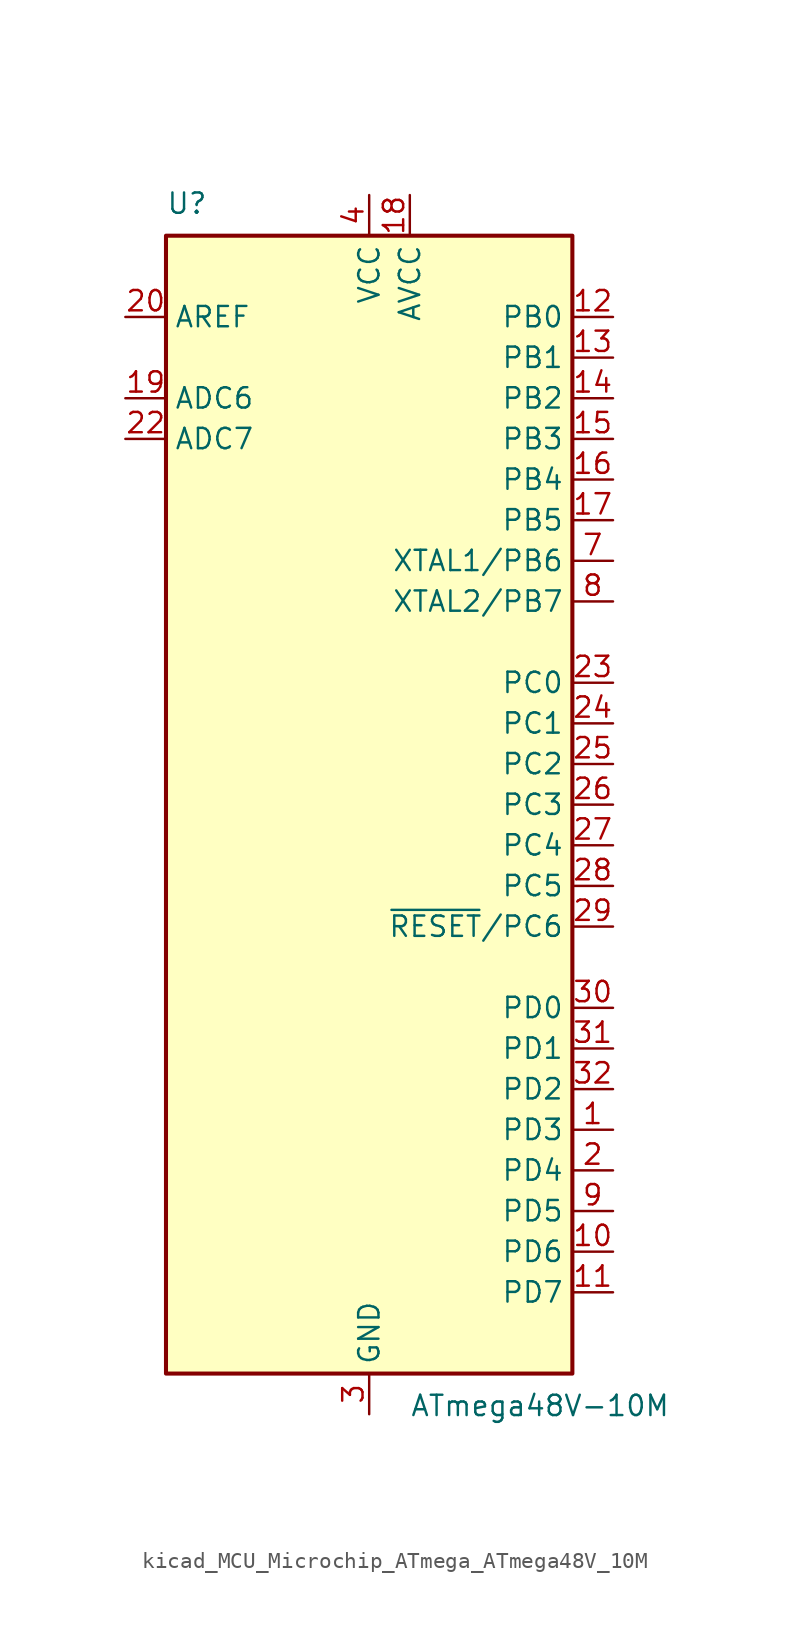
<source format=kicad_sym>
(kicad_symbol_lib
  (version 20220914)
  (generator kicad_symbol_editor)
  (symbol "kicad_MCU_Microchip_ATmega_ATmega48V_10M"
    (property "Reference" "U"
      (at -12.7 36.83 0)
      (effects (font (size 1.27 1.27)) (justify left bottom)))
    (property "Value" "ATmega48V-10M"
      (at 2.54 -36.83 0)
      (effects (font (size 1.27 1.27)) (justify left top)))
    (symbol "kicad_MCU_Microchip_ATmega_ATmega48V_10M_0_1"
      (rectangle (start -12.7 -35.56) (end 12.7 35.56) (stroke (width 0.254) (type default)) (fill (type background))))
    (symbol "kicad_MCU_Microchip_ATmega_ATmega48V_10M_1_1"
      (pin bidirectional line (at 15.24 -20.32 180) (length 2.54) (name "PD3" (effects (font (size 1.27 1.27)))) (number "1" (effects (font (size 1.27 1.27)))))
      (pin bidirectional line (at 15.24 -27.94 180) (length 2.54) (name "PD6" (effects (font (size 1.27 1.27)))) (number "10" (effects (font (size 1.27 1.27)))))
      (pin bidirectional line (at 15.24 -30.48 180) (length 2.54) (name "PD7" (effects (font (size 1.27 1.27)))) (number "11" (effects (font (size 1.27 1.27)))))
      (pin bidirectional line (at 15.24 30.48 180) (length 2.54) (name "PB0" (effects (font (size 1.27 1.27)))) (number "12" (effects (font (size 1.27 1.27)))))
      (pin bidirectional line (at 15.24 27.94 180) (length 2.54) (name "PB1" (effects (font (size 1.27 1.27)))) (number "13" (effects (font (size 1.27 1.27)))))
      (pin bidirectional line (at 15.24 25.4 180) (length 2.54) (name "PB2" (effects (font (size 1.27 1.27)))) (number "14" (effects (font (size 1.27 1.27)))))
      (pin bidirectional line (at 15.24 22.86 180) (length 2.54) (name "PB3" (effects (font (size 1.27 1.27)))) (number "15" (effects (font (size 1.27 1.27)))))
      (pin bidirectional line (at 15.24 20.32 180) (length 2.54) (name "PB4" (effects (font (size 1.27 1.27)))) (number "16" (effects (font (size 1.27 1.27)))))
      (pin bidirectional line (at 15.24 17.78 180) (length 2.54) (name "PB5" (effects (font (size 1.27 1.27)))) (number "17" (effects (font (size 1.27 1.27)))))
      (pin power_in line (at 2.54 38.1 270) (length 2.54) (name "AVCC" (effects (font (size 1.27 1.27)))) (number "18" (effects (font (size 1.27 1.27)))))
      (pin input line (at -15.24 25.4 0) (length 2.54) (name "ADC6" (effects (font (size 1.27 1.27)))) (number "19" (effects (font (size 1.27 1.27)))))
      (pin bidirectional line (at 15.24 -22.86 180) (length 2.54) (name "PD4" (effects (font (size 1.27 1.27)))) (number "2" (effects (font (size 1.27 1.27)))))
      (pin passive line (at -15.24 30.48 0) (length 2.54) (name "AREF" (effects (font (size 1.27 1.27)))) (number "20" (effects (font (size 1.27 1.27)))))
      (pin passive line (at 0 -38.1 90) (length 2.54) hide (name "GND" (effects (font (size 1.27 1.27)))) (number "21" (effects (font (size 1.27 1.27)))))
      (pin input line (at -15.24 22.86 0) (length 2.54) (name "ADC7" (effects (font (size 1.27 1.27)))) (number "22" (effects (font (size 1.27 1.27)))))
      (pin bidirectional line (at 15.24 7.62 180) (length 2.54) (name "PC0" (effects (font (size 1.27 1.27)))) (number "23" (effects (font (size 1.27 1.27)))))
      (pin bidirectional line (at 15.24 5.08 180) (length 2.54) (name "PC1" (effects (font (size 1.27 1.27)))) (number "24" (effects (font (size 1.27 1.27)))))
      (pin bidirectional line (at 15.24 2.54 180) (length 2.54) (name "PC2" (effects (font (size 1.27 1.27)))) (number "25" (effects (font (size 1.27 1.27)))))
      (pin bidirectional line (at 15.24 0 180) (length 2.54) (name "PC3" (effects (font (size 1.27 1.27)))) (number "26" (effects (font (size 1.27 1.27)))))
      (pin bidirectional line (at 15.24 -2.54 180) (length 2.54) (name "PC4" (effects (font (size 1.27 1.27)))) (number "27" (effects (font (size 1.27 1.27)))))
      (pin bidirectional line (at 15.24 -5.08 180) (length 2.54) (name "PC5" (effects (font (size 1.27 1.27)))) (number "28" (effects (font (size 1.27 1.27)))))
      (pin bidirectional line (at 15.24 -7.62 180) (length 2.54) (name "~{RESET}/PC6" (effects (font (size 1.27 1.27)))) (number "29" (effects (font (size 1.27 1.27)))))
      (pin power_in line (at 0 -38.1 90) (length 2.54) (name "GND" (effects (font (size 1.27 1.27)))) (number "3" (effects (font (size 1.27 1.27)))))
      (pin bidirectional line (at 15.24 -12.7 180) (length 2.54) (name "PD0" (effects (font (size 1.27 1.27)))) (number "30" (effects (font (size 1.27 1.27)))))
      (pin bidirectional line (at 15.24 -15.24 180) (length 2.54) (name "PD1" (effects (font (size 1.27 1.27)))) (number "31" (effects (font (size 1.27 1.27)))))
      (pin bidirectional line (at 15.24 -17.78 180) (length 2.54) (name "PD2" (effects (font (size 1.27 1.27)))) (number "32" (effects (font (size 1.27 1.27)))))
      (pin passive line (at 0 -38.1 90) (length 2.54) hide (name "GND" (effects (font (size 1.27 1.27)))) (number "33" (effects (font (size 1.27 1.27)))))
      (pin power_in line (at 0 38.1 270) (length 2.54) (name "VCC" (effects (font (size 1.27 1.27)))) (number "4" (effects (font (size 1.27 1.27)))))
      (pin passive line (at 0 -38.1 90) (length 2.54) hide (name "GND" (effects (font (size 1.27 1.27)))) (number "5" (effects (font (size 1.27 1.27)))))
      (pin passive line (at 0 38.1 270) (length 2.54) hide (name "VCC" (effects (font (size 1.27 1.27)))) (number "6" (effects (font (size 1.27 1.27)))))
      (pin bidirectional line (at 15.24 15.24 180) (length 2.54) (name "XTAL1/PB6" (effects (font (size 1.27 1.27)))) (number "7" (effects (font (size 1.27 1.27)))))
      (pin bidirectional line (at 15.24 12.7 180) (length 2.54) (name "XTAL2/PB7" (effects (font (size 1.27 1.27)))) (number "8" (effects (font (size 1.27 1.27)))))
      (pin bidirectional line (at 15.24 -25.4 180) (length 2.54) (name "PD5" (effects (font (size 1.27 1.27)))) (number "9" (effects (font (size 1.27 1.27))))))))
</source>
